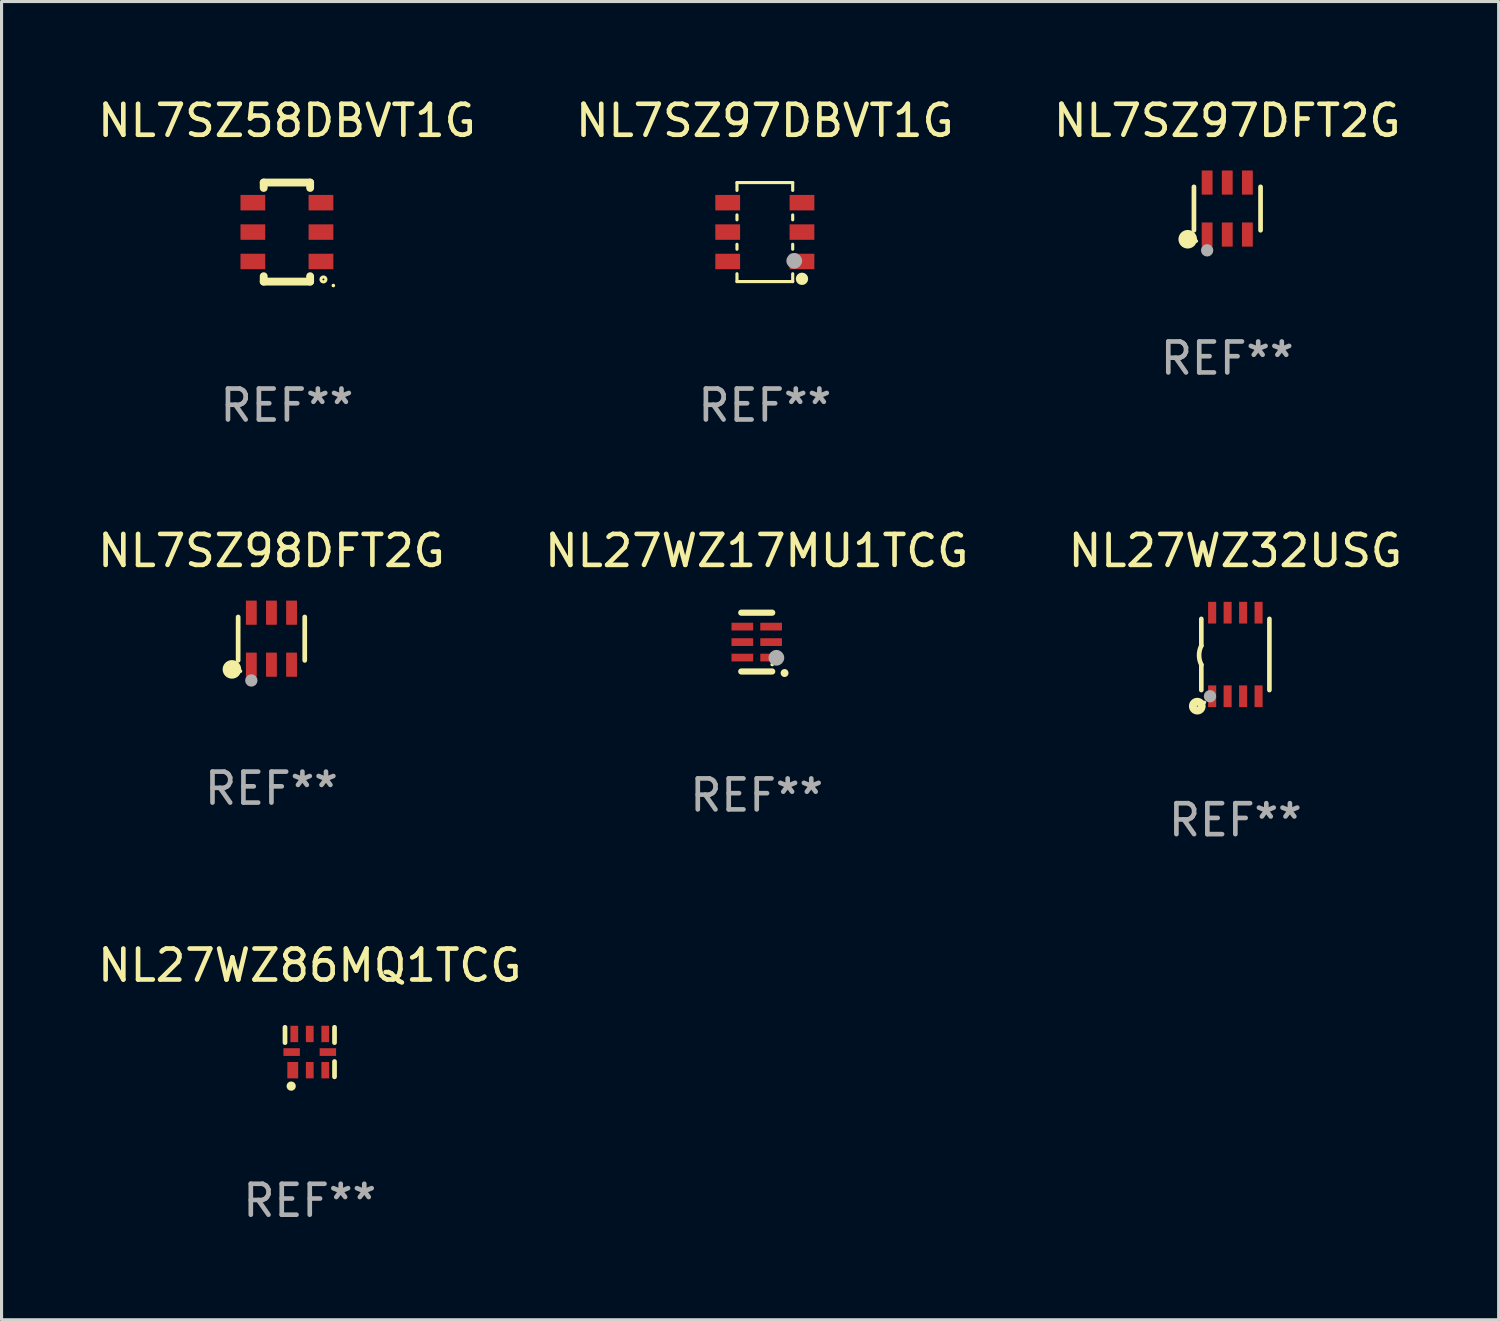
<source format=kicad_pcb>
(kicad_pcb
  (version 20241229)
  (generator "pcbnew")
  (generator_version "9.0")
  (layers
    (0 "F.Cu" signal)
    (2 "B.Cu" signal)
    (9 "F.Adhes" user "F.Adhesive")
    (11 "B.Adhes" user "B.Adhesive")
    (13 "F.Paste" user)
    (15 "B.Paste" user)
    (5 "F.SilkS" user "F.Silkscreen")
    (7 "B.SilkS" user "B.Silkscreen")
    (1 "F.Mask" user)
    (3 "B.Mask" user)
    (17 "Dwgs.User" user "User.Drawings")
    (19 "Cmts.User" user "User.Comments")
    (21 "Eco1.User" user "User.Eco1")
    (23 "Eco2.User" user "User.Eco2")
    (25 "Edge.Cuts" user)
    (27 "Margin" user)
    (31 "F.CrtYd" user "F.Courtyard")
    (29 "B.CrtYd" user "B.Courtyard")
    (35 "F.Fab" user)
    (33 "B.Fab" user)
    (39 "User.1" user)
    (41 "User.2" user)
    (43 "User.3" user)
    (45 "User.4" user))
  (footprint "NL7SZ58DBVT1G"
    (layer "F.Cu")
    (at 6.22 4.448)
    (property "Reference" "NL7SZ58DBVT1G" (at 0 -3.6 0) (layer "F.SilkS") (effects (font (size 1 1) (thickness 0.15))))
    (attr through_hole)
    (fp_line (start -0.75 -1.6) (end -0.75 -1.426) (stroke (width 0.254) (type solid)) (layer "F.SilkS"))
    (fp_line (start -0.75 -1.6) (end 0.75 -1.6) (stroke (width 0.254) (type solid)) (layer "F.SilkS"))
    (fp_line (start -0.75 1.426) (end -0.75 1.6) (stroke (width 0.254) (type solid)) (layer "F.SilkS"))
    (fp_line (start -0.75 1.6) (end 0.75 1.6) (stroke (width 0.254) (type solid)) (layer "F.SilkS"))
    (fp_line (start 0.75 -1.6) (end 0.75 -1.426) (stroke (width 0.254) (type solid)) (layer "F.SilkS"))
    (fp_line (start 0.75 1.426) (end 0.75 1.6) (stroke (width 0.254) (type solid)) (layer "F.SilkS"))
    (fp_circle (center 1.18 1.53) (end 1.26 1.53) (stroke (width 0.1) (type solid)) (fill no) (layer "F.SilkS"))
    (fp_circle (center 1.5 1.727) (end 1.53 1.727) (stroke (width 0.06) (type solid)) (fill no) (layer "F.SilkS"))
    (fp_text user "REF**" (at 0 5.6 0) (layer "F.Fab") (effects (font (size 1 1) (thickness 0.15))))
    (pad "1" smd rect (at 1.1 0.95 90) (size 0.5 0.8) (layers "F.Cu" "F.Mask" "F.Paste"))
    (pad "2" smd rect (at 1.1 0 90) (size 0.5 0.8) (layers "F.Cu" "F.Mask" "F.Paste"))
    (pad "3" smd rect (at 1.1 -0.95 90) (size 0.5 0.8) (layers "F.Cu" "F.Mask" "F.Paste"))
    (pad "4" smd rect (at -1.1 -0.95 90) (size 0.5 0.8) (layers "F.Cu" "F.Mask" "F.Paste"))
    (pad "5" smd rect (at -1.1 0 90) (size 0.5 0.8) (layers "F.Cu" "F.Mask" "F.Paste"))
    (pad "6" smd rect (at -1.1 0.95 90) (size 0.5 0.8) (layers "F.Cu" "F.Mask" "F.Paste")))
  (footprint "NL27WZ32USG"
    (layer "F.Cu")
    (at 36.863 18.095)
    (property "Reference" "NL27WZ32USG" (at 0 -3.35 0) (layer "F.SilkS") (effects (font (size 1 1) (thickness 0.15))))
    (attr through_hole)
    (fp_line (start -1.1 -1.15) (end -1.1 -0.282) (stroke (width 0.15) (type solid)) (layer "F.SilkS"))
    (fp_line (start -1.1 1.15) (end -1.1 0.332) (stroke (width 0.15) (type solid)) (layer "F.SilkS"))
    (fp_line (start 1.1 -1.15) (end 1.1 1.15) (stroke (width 0.15) (type solid)) (layer "F.SilkS"))
    (fp_arc (start -1.098883 0.33274) (mid -1.171878 0.025277) (end -1.1 -0.282449) (stroke (width 0.150013) (type solid)) (layer "F.SilkS"))
    (fp_circle (center -1.23 1.67) (end -1.087 1.67) (stroke (width 0.254) (type solid)) (fill no) (layer "F.SilkS"))
    (fp_circle (center -1 1.55) (end -0.97 1.55) (stroke (width 0.06) (type solid)) (fill no) (layer "F.SilkS"))
    (fp_circle (center -0.82 1.35) (end -0.72 1.35) (stroke (width 0.2) (type solid)) (fill no) (layer "F.Fab"))
    (fp_text user "REF**" (at 0 5.35 0) (layer "F.Fab") (effects (font (size 1 1) (thickness 0.15))))
    (pad "1" smd rect (at -0.75 1.35) (size 0.26 0.7) (layers "F.Cu" "F.Mask" "F.Paste"))
    (pad "2" smd rect (at -0.25 1.35) (size 0.26 0.7) (layers "F.Cu" "F.Mask" "F.Paste"))
    (pad "3" smd rect (at 0.25 1.35) (size 0.26 0.7) (layers "F.Cu" "F.Mask" "F.Paste"))
    (pad "4" smd rect (at 0.75 1.35) (size 0.26 0.7) (layers "F.Cu" "F.Mask" "F.Paste"))
    (pad "5" smd rect (at 0.75 -1.35) (size 0.26 0.7) (layers "F.Cu" "F.Mask" "F.Paste"))
    (pad "6" smd rect (at 0.25 -1.35) (size 0.26 0.7) (layers "F.Cu" "F.Mask" "F.Paste"))
    (pad "7" smd rect (at -0.25 -1.35) (size 0.26 0.7) (layers "F.Cu" "F.Mask" "F.Paste"))
    (pad "8" smd rect (at -0.75 -1.35) (size 0.26 0.7) (layers "F.Cu" "F.Mask" "F.Paste")))
  (footprint "NL7SZ97DBVT1G"
    (layer "F.Cu")
    (at 21.661 4.448)
    (property "Reference" "NL7SZ97DBVT1G" (at 0 -3.6 0) (layer "F.SilkS") (effects (font (size 1 1) (thickness 0.15))))
    (attr through_hole)
    (fp_line (start -0.9 -1.6) (end 0.9 -1.6) (stroke (width 0.101) (type solid)) (layer "F.SilkS"))
    (fp_line (start -0.9 -1.346) (end -0.9 -1.6) (stroke (width 0.101) (type solid)) (layer "F.SilkS"))
    (fp_line (start -0.9 -0.396) (end -0.9 -0.554) (stroke (width 0.101) (type solid)) (layer "F.SilkS"))
    (fp_line (start -0.9 0.554) (end -0.9 0.396) (stroke (width 0.101) (type solid)) (layer "F.SilkS"))
    (fp_line (start -0.9 1.6) (end -0.9 1.346) (stroke (width 0.101) (type solid)) (layer "F.SilkS"))
    (fp_line (start -0.9 1.6) (end 0.9 1.6) (stroke (width 0.101) (type solid)) (layer "F.SilkS"))
    (fp_line (start 0.9 -1.346) (end 0.9 -1.6) (stroke (width 0.101) (type solid)) (layer "F.SilkS"))
    (fp_line (start 0.9 -0.396) (end 0.9 -0.554) (stroke (width 0.101) (type solid)) (layer "F.SilkS"))
    (fp_line (start 0.9 0.554) (end 0.9 0.396) (stroke (width 0.101) (type solid)) (layer "F.SilkS"))
    (fp_line (start 0.9 1.6) (end 0.9 1.346) (stroke (width 0.101) (type solid)) (layer "F.SilkS"))
    (fp_circle (center 1.2 1.51) (end 1.3 1.51) (stroke (width 0.2) (type solid)) (fill no) (layer "F.SilkS"))
    (fp_circle (center 1.25 1.45) (end 1.28 1.45) (stroke (width 0.06) (type solid)) (fill no) (layer "F.SilkS"))
    (fp_circle (center 0.95 0.93) (end 1.077 0.93) (stroke (width 0.254) (type solid)) (fill no) (layer "F.Fab"))
    (fp_text user "REF**" (at 0 5.6 0) (layer "F.Fab") (effects (font (size 1 1) (thickness 0.15))))
    (pad "1" smd rect (at 1.2 0.95 90) (size 0.5 0.8) (layers "F.Cu" "F.Mask" "F.Paste"))
    (pad "2" smd rect (at 1.2 0 90) (size 0.5 0.8) (layers "F.Cu" "F.Mask" "F.Paste"))
    (pad "3" smd rect (at 1.2 -0.95 90) (size 0.5 0.8) (layers "F.Cu" "F.Mask" "F.Paste"))
    (pad "4" smd rect (at -1.2 -0.95 90) (size 0.5 0.8) (layers "F.Cu" "F.Mask" "F.Paste"))
    (pad "5" smd rect (at -1.2 0 90) (size 0.5 0.8) (layers "F.Cu" "F.Mask" "F.Paste"))
    (pad "6" smd rect (at -1.2 0.95 90) (size 0.5 0.8) (layers "F.Cu" "F.Mask" "F.Paste")))
  (footprint "NL27WZ86MQ1TCG"
    (layer "F.Cu")
    (at 6.958 30.941)
    (property "Reference" "NL27WZ86MQ1TCG" (at 0 -2.8 0) (layer "F.SilkS") (effects (font (size 1 1) (thickness 0.15))))
    (attr through_hole)
    (fp_line (start -0.8 -0.305) (end -0.8 -0.8) (stroke (width 0.152) (type solid)) (layer "F.SilkS"))
    (fp_line (start 0.8 -0.8) (end 0.8 -0.305) (stroke (width 0.152) (type solid)) (layer "F.SilkS"))
    (fp_line (start 0.8 0.305) (end 0.8 0.8) (stroke (width 0.152) (type solid)) (layer "F.SilkS"))
    (fp_circle (center -0.6 1.1) (end -0.525 1.1) (stroke (width 0.15) (type solid)) (fill no) (layer "F.SilkS"))
    (fp_text user "REF**" (at 0 4.8 0) (layer "F.Fab") (effects (font (size 1 1) (thickness 0.15))))
    (pad "1" smd rect (at -0.55 0.585 90) (size 0.53 0.35) (layers "F.Cu" "F.Mask" "F.Paste"))
    (pad "2" smd rect (at 0 0.585 90) (size 0.53 0.25) (layers "F.Cu" "F.Mask" "F.Paste"))
    (pad "3" smd rect (at 0.5 0.585 90) (size 0.53 0.25) (layers "F.Cu" "F.Mask" "F.Paste"))
    (pad "4" smd rect (at 0.585 0 90) (size 0.25 0.53) (layers "F.Cu" "F.Mask" "F.Paste"))
    (pad "5" smd rect (at 0.5 -0.585 90) (size 0.53 0.25) (layers "F.Cu" "F.Mask" "F.Paste"))
    (pad "6" smd rect (at 0 -0.585 90) (size 0.53 0.25) (layers "F.Cu" "F.Mask" "F.Paste"))
    (pad "7" smd rect (at -0.5 -0.585 90) (size 0.53 0.25) (layers "F.Cu" "F.Mask" "F.Paste"))
    (pad "8" smd rect (at -0.585 0 90) (size 0.25 0.53) (layers "F.Cu" "F.Mask" "F.Paste")))
  (footprint "NL27WZ17MU1TCG"
    (layer "F.Cu")
    (at 21.399 17.695)
    (property "Reference" "NL27WZ17MU1TCG" (at 0 -2.95 0) (layer "F.SilkS") (effects (font (size 1 1) (thickness 0.15))))
    (attr through_hole)
    (fp_line (start 0.5 -0.95) (end -0.5 -0.95) (stroke (width 0.2) (type solid)) (layer "F.SilkS"))
    (fp_line (start 0.5 0.95) (end -0.5 0.95) (stroke (width 0.2) (type solid)) (layer "F.SilkS"))
    (fp_arc (start 0.899162 1.000762) (mid 0.899154 0.999492) (end 0.899162 0.998222) (stroke (width 0.254001) (type solid)) (layer "F.SilkS"))
    (fp_circle (center 0.5 0.725) (end 0.53 0.725) (stroke (width 0.06) (type solid)) (fill no) (layer "F.SilkS"))
    (fp_circle (center 0.635 0.508) (end 0.762 0.508) (stroke (width 0.254) (type solid)) (fill no) (layer "F.Fab"))
    (fp_text user "REF**" (at 0 4.95 0) (layer "F.Fab") (effects (font (size 1 1) (thickness 0.15))))
    (pad "1" smd rect (at 0.465 0.5 90) (size 0.25 0.7) (layers "F.Cu" "F.Mask" "F.Paste"))
    (pad "2" smd rect (at 0.465 0.000127 90) (size 0.25 0.7) (layers "F.Cu" "F.Mask" "F.Paste"))
    (pad "3" smd rect (at 0.465 -0.5 90) (size 0.25 0.7) (layers "F.Cu" "F.Mask" "F.Paste"))
    (pad "4" smd rect (at -0.465 -0.5 270) (size 0.25 0.7) (layers "F.Cu" "F.Mask" "F.Paste"))
    (pad "5" smd rect (at -0.465 0.000127 270) (size 0.25 0.7) (layers "F.Cu" "F.Mask" "F.Paste"))
    (pad "6" smd rect (at -0.465 0.5 270) (size 0.25 0.7) (layers "F.Cu" "F.Mask" "F.Paste")))
  (footprint "NL7SZ97DFT2G"
    (layer "F.Cu")
    (at 36.601 3.688)
    (property "Reference" "NL7SZ97DFT2G" (at 0 -2.84 0) (layer "F.SilkS") (effects (font (size 1 1) (thickness 0.15))))
    (attr through_hole)
    (fp_line (start -1.076 0.701) (end -1.076 -0.701) (stroke (width 0.152) (type solid)) (layer "F.SilkS"))
    (fp_line (start 1.076 0.701) (end 1.076 -0.701) (stroke (width 0.152) (type solid)) (layer "F.SilkS"))
    (fp_circle (center -1.277 0.992) (end -1.127 0.992) (stroke (width 0.3) (type solid)) (fill no) (layer "F.SilkS"))
    (fp_circle (center -1 1.05) (end -0.97 1.05) (stroke (width 0.06) (type solid)) (fill no) (layer "F.SilkS"))
    (fp_circle (center -0.65 1.35) (end -0.55 1.35) (stroke (width 0.2) (type solid)) (fill no) (layer "F.Fab"))
    (fp_text user "REF**" (at 0 4.84 0) (layer "F.Fab") (effects (font (size 1 1) (thickness 0.15))))
    (pad "1" smd rect (at -0.65 0.84) (size 0.35 0.78) (layers "F.Cu" "F.Mask" "F.Paste"))
    (pad "2" smd rect (at 0 0.84) (size 0.35 0.78) (layers "F.Cu" "F.Mask" "F.Paste"))
    (pad "3" smd rect (at 0.65 0.84) (size 0.35 0.78) (layers "F.Cu" "F.Mask" "F.Paste"))
    (pad "4" smd rect (at 0.65 -0.84) (size 0.35 0.78) (layers "F.Cu" "F.Mask" "F.Paste"))
    (pad "5" smd rect (at 0 -0.84) (size 0.35 0.78) (layers "F.Cu" "F.Mask" "F.Paste"))
    (pad "6" smd rect (at -0.65 -0.84) (size 0.35 0.78) (layers "F.Cu" "F.Mask" "F.Paste")))
  (footprint "NL7SZ98DFT2G"
    (layer "F.Cu")
    (at 5.72 17.585)
    (property "Reference" "NL7SZ98DFT2G" (at 0 -2.84 0) (layer "F.SilkS") (effects (font (size 1 1) (thickness 0.15))))
    (attr through_hole)
    (fp_line (start -1.076 0.701) (end -1.076 -0.701) (stroke (width 0.152) (type solid)) (layer "F.SilkS"))
    (fp_line (start 1.076 0.701) (end 1.076 -0.701) (stroke (width 0.152) (type solid)) (layer "F.SilkS"))
    (fp_circle (center -1.277 0.992) (end -1.127 0.992) (stroke (width 0.3) (type solid)) (fill no) (layer "F.SilkS"))
    (fp_circle (center -1 1.05) (end -0.97 1.05) (stroke (width 0.06) (type solid)) (fill no) (layer "F.SilkS"))
    (fp_circle (center -0.65 1.35) (end -0.55 1.35) (stroke (width 0.2) (type solid)) (fill no) (layer "F.Fab"))
    (fp_text user "REF**" (at 0 4.84 0) (layer "F.Fab") (effects (font (size 1 1) (thickness 0.15))))
    (pad "1" smd rect (at -0.65 0.84) (size 0.35 0.78) (layers "F.Cu" "F.Mask" "F.Paste"))
    (pad "2" smd rect (at 0 0.84) (size 0.35 0.78) (layers "F.Cu" "F.Mask" "F.Paste"))
    (pad "3" smd rect (at 0.65 0.84) (size 0.35 0.78) (layers "F.Cu" "F.Mask" "F.Paste"))
    (pad "4" smd rect (at 0.65 -0.84) (size 0.35 0.78) (layers "F.Cu" "F.Mask" "F.Paste"))
    (pad "5" smd rect (at 0 -0.84) (size 0.35 0.78) (layers "F.Cu" "F.Mask" "F.Paste"))
    (pad "6" smd rect (at -0.65 -0.84) (size 0.35 0.78) (layers "F.Cu" "F.Mask" "F.Paste")))
  (gr_rect
    (start -3 -3)
    (end 45.369 39.59)
    (stroke (width 0.1) (type default))
    (fill no)
    (layer "Edge.Cuts")))
</source>
